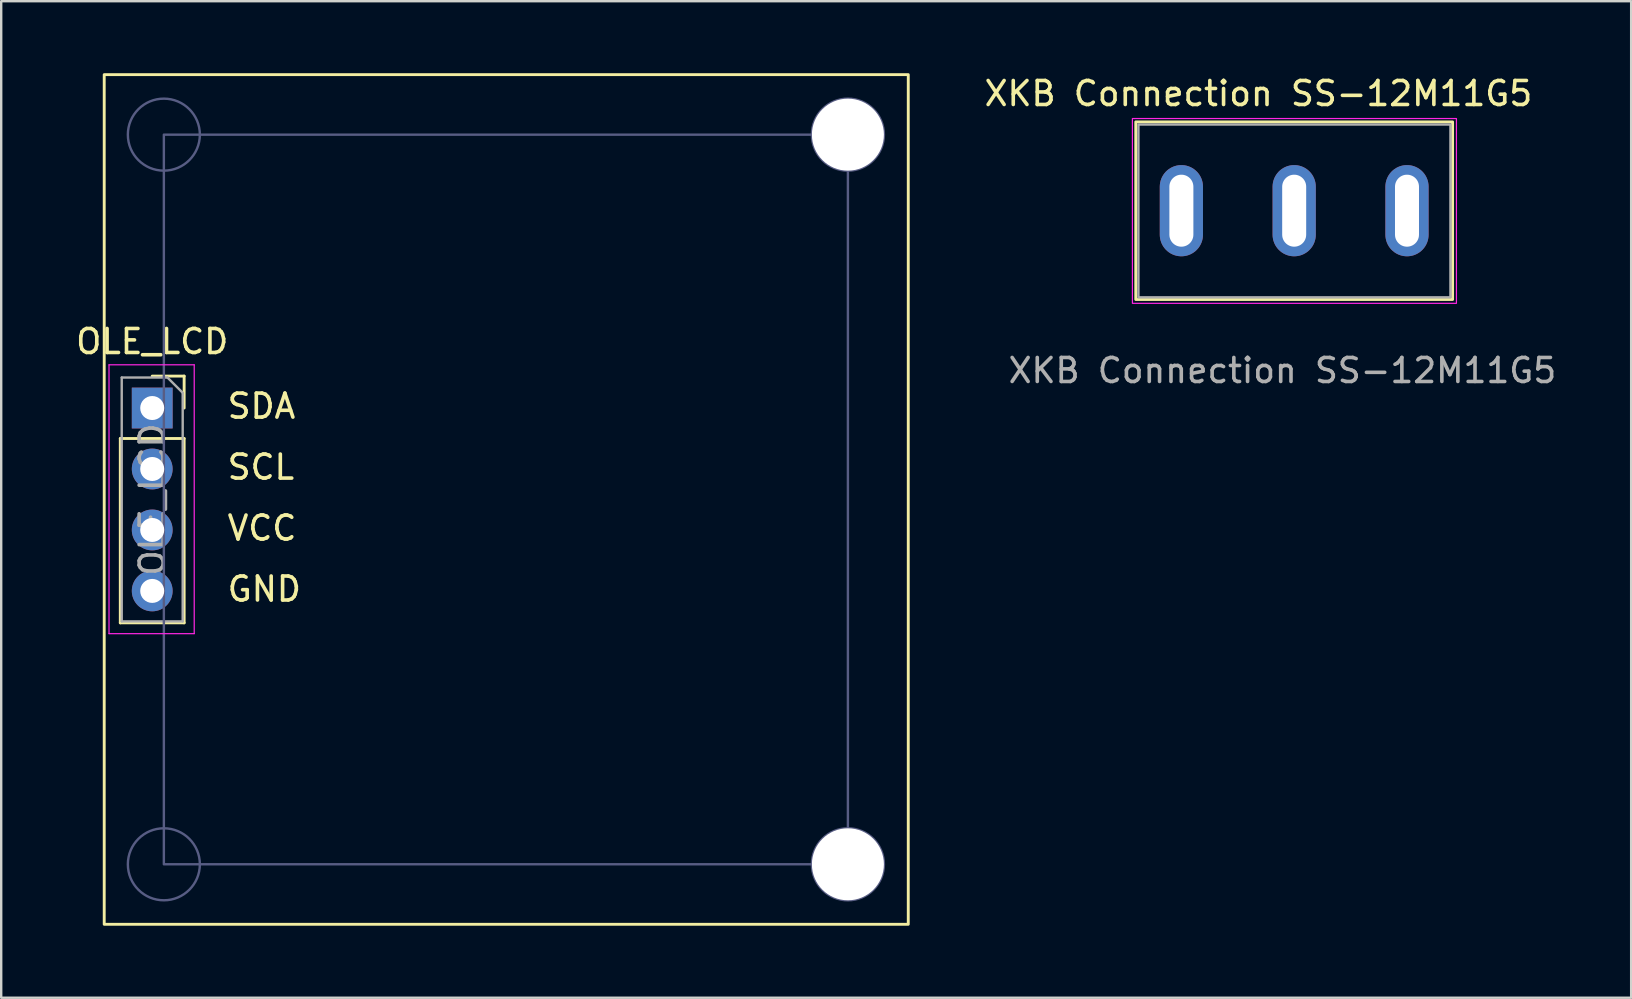
<source format=kicad_pcb>
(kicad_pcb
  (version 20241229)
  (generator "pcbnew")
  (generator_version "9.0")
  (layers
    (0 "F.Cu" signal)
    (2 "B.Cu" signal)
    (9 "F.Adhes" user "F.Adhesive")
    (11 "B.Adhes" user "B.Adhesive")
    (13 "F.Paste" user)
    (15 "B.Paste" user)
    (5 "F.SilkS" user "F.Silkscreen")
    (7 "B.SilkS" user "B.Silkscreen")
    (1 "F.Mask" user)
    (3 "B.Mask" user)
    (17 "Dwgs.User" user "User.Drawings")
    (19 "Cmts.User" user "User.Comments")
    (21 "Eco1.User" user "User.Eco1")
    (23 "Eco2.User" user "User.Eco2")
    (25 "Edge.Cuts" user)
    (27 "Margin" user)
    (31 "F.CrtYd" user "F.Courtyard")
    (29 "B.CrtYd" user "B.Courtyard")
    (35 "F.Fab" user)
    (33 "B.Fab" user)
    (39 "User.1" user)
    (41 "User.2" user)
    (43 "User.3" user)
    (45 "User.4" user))
  (footprint "OLE_LCD"
    (layer "F.Cu")
    (at 3.292 13.95)
    (property "Reference" "OLE_LCD" (at 0 -2.77 0) (layer "F.SilkS") (effects (font (size 1 1) (thickness 0.15))))
    (attr through_hole)
    (fp_line (start -1.33 1.27) (end -1.33 8.95) (stroke (width 0.12) (type solid)) (layer "F.SilkS"))
    (fp_line (start -1.33 1.27) (end 1.33 1.27) (stroke (width 0.12) (type solid)) (layer "F.SilkS"))
    (fp_line (start -1.33 8.95) (end 1.33 8.95) (stroke (width 0.12) (type solid)) (layer "F.SilkS"))
    (fp_line (start 0 -1.33) (end 1.33 -1.33) (stroke (width 0.12) (type solid)) (layer "F.SilkS"))
    (fp_line (start 1.33 -1.33) (end 1.33 0) (stroke (width 0.12) (type solid)) (layer "F.SilkS"))
    (fp_line (start 1.33 1.27) (end 1.33 8.95) (stroke (width 0.12) (type solid)) (layer "F.SilkS"))
    (fp_rect (start -2 -13.89) (end 31.5 21.51) (stroke (width 0.12) (type solid)) (fill no) (layer "F.SilkS"))
    (fp_line (start -1.8 -1.8) (end 1.75 -1.8) (stroke (width 0.05) (type solid)) (layer "F.CrtYd"))
    (fp_line (start -1.8 9.4) (end -1.8 -1.8) (stroke (width 0.05) (type solid)) (layer "F.CrtYd"))
    (fp_line (start 1.75 -1.8) (end 1.75 9.4) (stroke (width 0.05) (type solid)) (layer "F.CrtYd"))
    (fp_line (start 1.75 9.4) (end -1.8 9.4) (stroke (width 0.05) (type solid)) (layer "F.CrtYd"))
    (fp_rect (start 0.485 -11.39) (end 28.985 19.01) (stroke (width 0.1) (type solid)) (fill no) (layer "B.Fab"))
    (fp_circle (center 0.485 -11.39) (end 1.985 -11.39) (stroke (width 0.1) (type solid)) (fill no) (layer "B.Fab"))
    (fp_circle (center 0.485 19.01) (end 1.985 19.01) (stroke (width 0.1) (type solid)) (fill no) (layer "B.Fab"))
    (fp_circle (center 28.985 -11.39) (end 30.485 -11.39) (stroke (width 0.1) (type solid)) (fill no) (layer "B.Fab"))
    (fp_circle (center 28.985 19.01) (end 30.485 19.01) (stroke (width 0.1) (type solid)) (fill no) (layer "B.Fab"))
    (fp_line (start -1.27 -1.27) (end 0.635 -1.27) (stroke (width 0.1) (type solid)) (layer "F.Fab"))
    (fp_line (start -1.27 8.89) (end -1.27 -1.27) (stroke (width 0.1) (type solid)) (layer "F.Fab"))
    (fp_line (start 0.635 -1.27) (end 1.27 -0.635) (stroke (width 0.1) (type solid)) (layer "F.Fab"))
    (fp_line (start 1.27 -0.635) (end 1.27 8.89) (stroke (width 0.1) (type solid)) (layer "F.Fab"))
    (fp_line (start 1.27 8.89) (end -1.27 8.89) (stroke (width 0.1) (type solid)) (layer "F.Fab"))
    (fp_text user "VCC" (at 3.048 5.588 0) (unlocked yes) (layer "F.SilkS") (effects (font (size 1 1) (thickness 0.15)) (justify left bottom)))
    (fp_text user "SDA" (at 3.048 0.508 0) (unlocked yes) (layer "F.SilkS") (effects (font (size 1 1) (thickness 0.15)) (justify left bottom)))
    (fp_text user "GND" (at 3.048 8.128 0) (unlocked yes) (layer "F.SilkS") (effects (font (size 1 1) (thickness 0.15)) (justify left bottom)))
    (fp_text user "SCL" (at 3.048 3.048 0) (unlocked yes) (layer "F.SilkS") (effects (font (size 1 1) (thickness 0.15)) (justify left bottom)))
    (fp_text user "${REFERENCE}" (at 0 3.81 90) (layer "F.Fab") (effects (font (size 1 1) (thickness 0.15))))
    (pad "" np_thru_hole circle (at 28.985 -11.39) (size 3 3) (drill 3) (layers "*.Cu" "*.Mask"))
    (pad "" np_thru_hole circle (at 28.985 19.01) (size 3 3) (drill 3) (layers "*.Cu" "*.Mask"))
    (pad "1" thru_hole rect (at 0 0) (size 1.7 1.7) (drill 1) (layers "*.Cu" "*.Mask"))
    (pad "2" thru_hole circle (at 0 2.54) (size 1.7 1.7) (drill 1) (layers "*.Cu" "*.Mask"))
    (pad "3" thru_hole circle (at 0 5.08) (size 1.7 1.7) (drill 1) (layers "*.Cu" "*.Mask"))
    (pad "4" thru_hole circle (at 0 7.62) (size 1.7 1.7) (drill 1) (layers "*.Cu" "*.Mask")))
  (footprint "XKB Connection SS-12M11G5"
    (layer "F.Cu")
    (at 49.381 3.388)
    (property "Reference" "XKB Connection SS-12M11G5" (at 0 -2.54 0) (layer "F.SilkS") (effects (font (size 1 1) (thickness 0.15))))
    (attr through_hole)
    (fp_rect (start -5.11 -1.36) (end 8.09 6.04) (stroke (width 0.12) (type solid)) (fill no) (layer "F.SilkS"))
    (fp_rect (start -5.25 -1.5) (end 8.25 6.2) (stroke (width 0.05) (type solid)) (fill no) (layer "F.CrtYd"))
    (fp_rect (start -5 -1.25) (end 8 5.95) (stroke (width 0.1) (type solid)) (fill no) (layer "F.Fab"))
    (fp_text user "${REFERENCE}" (at 1 9 0) (layer "F.Fab") (effects (font (size 1 1) (thickness 0.15))))
    (pad "1" thru_hole oval (at -3.21 2.34) (size 1.8 3.8) (drill oval 1 3) (layers "*.Cu" "*.Mask"))
    (pad "2" thru_hole oval (at 1.49 2.34) (size 1.8 3.8) (drill oval 1 3) (layers "*.Cu" "*.Mask"))
    (pad "3" thru_hole oval (at 6.19 2.34) (size 1.8 3.8) (drill oval 1 3) (layers "*.Cu" "*.Mask")))
  (gr_rect
    (start -3 -3)
    (end 64.911 38.52)
    (stroke (width 0.1) (type default))
    (fill no)
    (layer "Edge.Cuts")))
</source>
